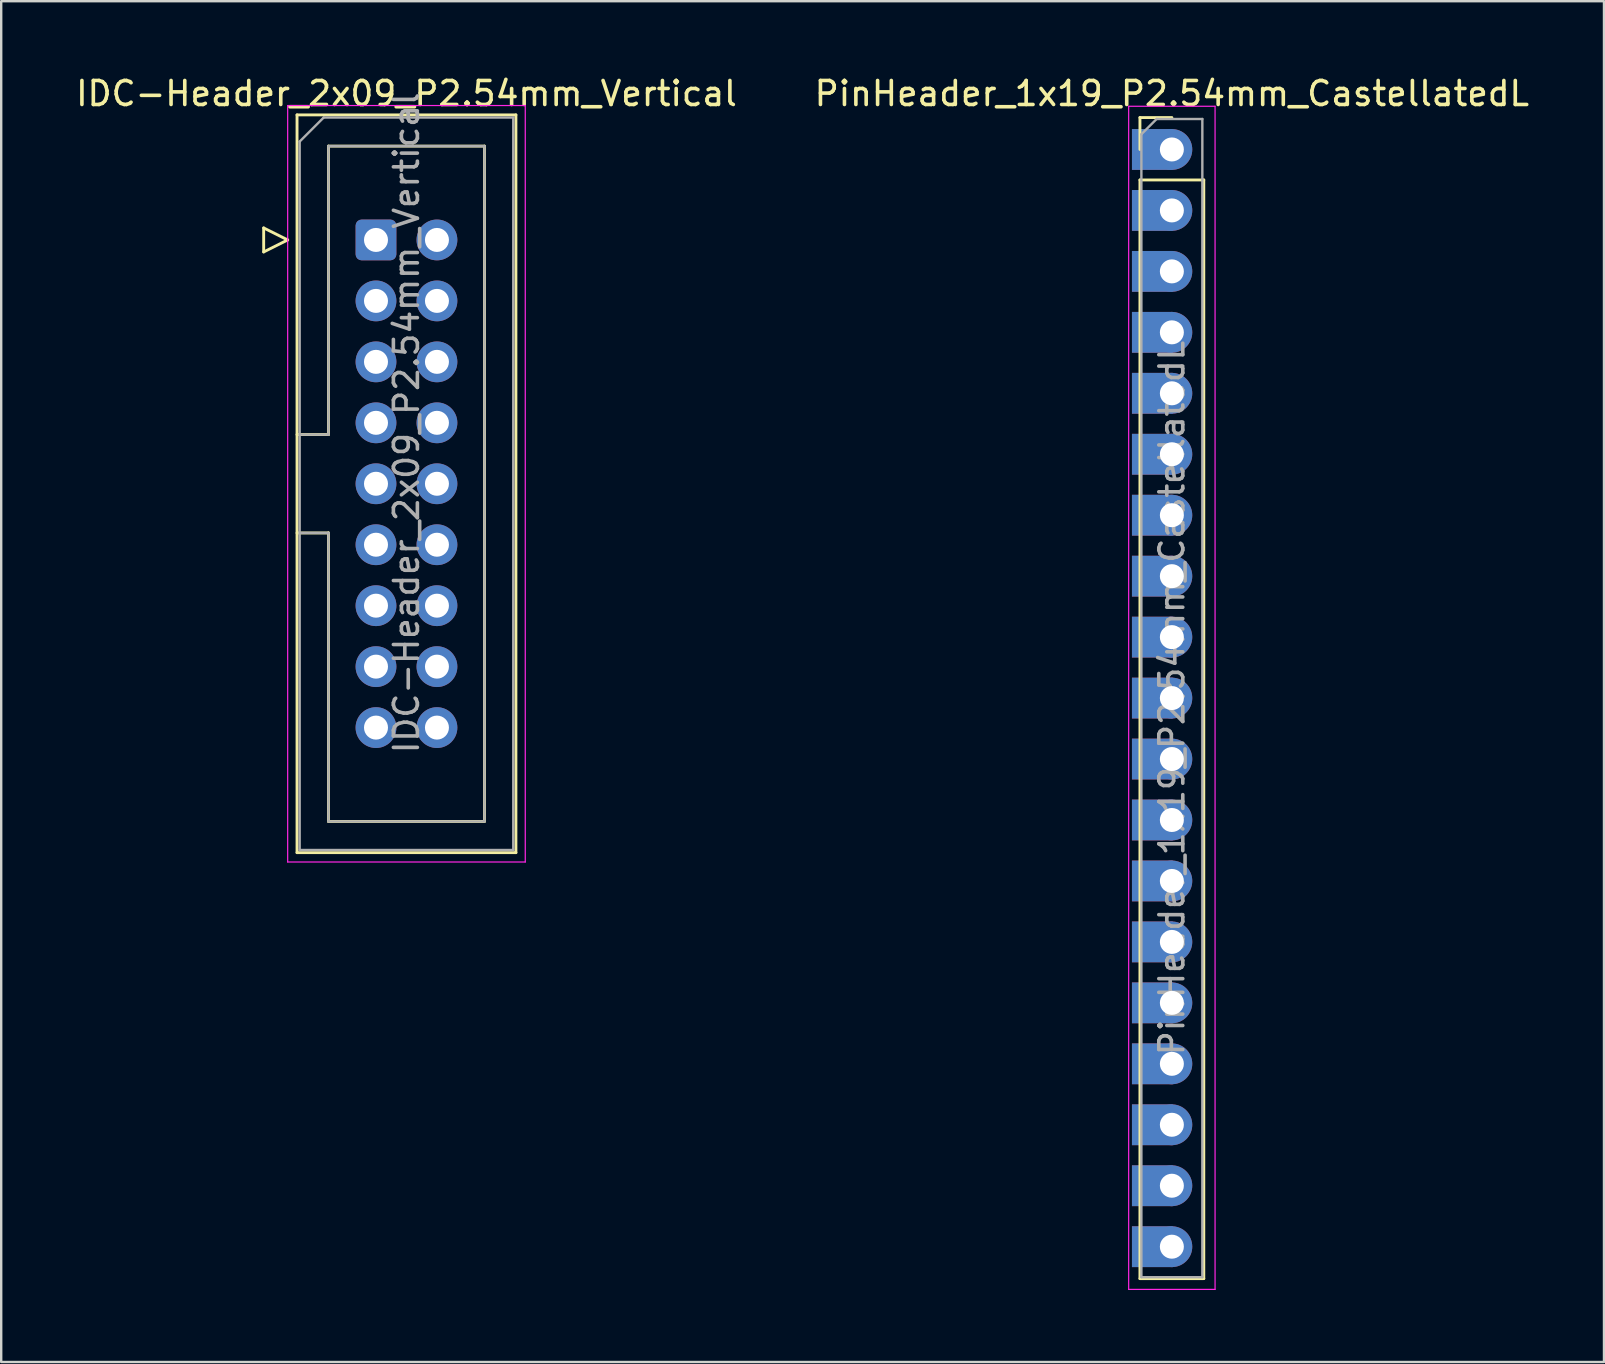
<source format=kicad_pcb>
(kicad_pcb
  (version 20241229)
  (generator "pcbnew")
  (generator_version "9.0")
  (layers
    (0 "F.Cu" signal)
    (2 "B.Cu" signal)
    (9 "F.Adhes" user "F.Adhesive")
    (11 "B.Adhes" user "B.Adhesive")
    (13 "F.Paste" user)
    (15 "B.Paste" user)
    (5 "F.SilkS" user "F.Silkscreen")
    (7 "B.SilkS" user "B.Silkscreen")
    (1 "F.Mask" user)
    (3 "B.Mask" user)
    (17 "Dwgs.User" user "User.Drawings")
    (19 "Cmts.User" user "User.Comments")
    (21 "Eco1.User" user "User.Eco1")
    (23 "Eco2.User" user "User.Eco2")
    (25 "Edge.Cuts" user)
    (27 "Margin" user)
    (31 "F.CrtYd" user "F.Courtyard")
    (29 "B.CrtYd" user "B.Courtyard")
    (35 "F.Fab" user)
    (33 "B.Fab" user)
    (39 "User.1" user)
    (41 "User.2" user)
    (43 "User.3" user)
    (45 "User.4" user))
  (footprint "IDC-Header_2x09_P2.54mm_Vertical"
    (layer "F.Cu")
    (at 12.617 6.948)
    (property "Reference" "IDC-Header_2x09_P2.54mm_Vertical" (at 1.27 -6.1 0) (layer "F.SilkS") (effects (font (size 1 1) (thickness 0.15))))
    (attr through_hole)
    (fp_line (start -4.68 -0.5) (end -4.68 0.5) (stroke (width 0.12) (type solid)) (layer "F.SilkS"))
    (fp_line (start -4.68 0.5) (end -3.68 0) (stroke (width 0.12) (type solid)) (layer "F.SilkS"))
    (fp_line (start -3.68 0) (end -4.68 -0.5) (stroke (width 0.12) (type solid)) (layer "F.SilkS"))
    (fp_line (start -3.29 -5.21) (end 5.83 -5.21) (stroke (width 0.12) (type solid)) (layer "F.SilkS"))
    (fp_line (start -3.29 8.11) (end -1.98 8.11) (stroke (width 0.12) (type solid)) (layer "F.SilkS"))
    (fp_line (start -3.29 25.53) (end -3.29 -5.21) (stroke (width 0.12) (type solid)) (layer "F.SilkS"))
    (fp_line (start -1.98 -3.91) (end 4.52 -3.91) (stroke (width 0.12) (type solid)) (layer "F.SilkS"))
    (fp_line (start -1.98 8.11) (end -1.98 -3.91) (stroke (width 0.12) (type solid)) (layer "F.SilkS"))
    (fp_line (start -1.98 12.21) (end -3.29 12.21) (stroke (width 0.12) (type solid)) (layer "F.SilkS"))
    (fp_line (start -1.98 12.21) (end -1.98 12.21) (stroke (width 0.12) (type solid)) (layer "F.SilkS"))
    (fp_line (start -1.98 24.23) (end -1.98 12.21) (stroke (width 0.12) (type solid)) (layer "F.SilkS"))
    (fp_line (start 4.52 -3.91) (end 4.52 24.23) (stroke (width 0.12) (type solid)) (layer "F.SilkS"))
    (fp_line (start 4.52 24.23) (end -1.98 24.23) (stroke (width 0.12) (type solid)) (layer "F.SilkS"))
    (fp_line (start 5.83 -5.21) (end 5.83 25.53) (stroke (width 0.12) (type solid)) (layer "F.SilkS"))
    (fp_line (start 5.83 25.53) (end -3.29 25.53) (stroke (width 0.12) (type solid)) (layer "F.SilkS"))
    (fp_line (start -3.68 -5.6) (end -3.68 25.92) (stroke (width 0.05) (type solid)) (layer "F.CrtYd"))
    (fp_line (start -3.68 25.92) (end 6.22 25.92) (stroke (width 0.05) (type solid)) (layer "F.CrtYd"))
    (fp_line (start 6.22 -5.6) (end -3.68 -5.6) (stroke (width 0.05) (type solid)) (layer "F.CrtYd"))
    (fp_line (start 6.22 25.92) (end 6.22 -5.6) (stroke (width 0.05) (type solid)) (layer "F.CrtYd"))
    (fp_line (start -3.18 -4.1) (end -2.18 -5.1) (stroke (width 0.1) (type solid)) (layer "F.Fab"))
    (fp_line (start -3.18 8.11) (end -1.98 8.11) (stroke (width 0.1) (type solid)) (layer "F.Fab"))
    (fp_line (start -3.18 25.42) (end -3.18 -4.1) (stroke (width 0.1) (type solid)) (layer "F.Fab"))
    (fp_line (start -2.18 -5.1) (end 5.72 -5.1) (stroke (width 0.1) (type solid)) (layer "F.Fab"))
    (fp_line (start -1.98 -3.91) (end 4.52 -3.91) (stroke (width 0.1) (type solid)) (layer "F.Fab"))
    (fp_line (start -1.98 8.11) (end -1.98 -3.91) (stroke (width 0.1) (type solid)) (layer "F.Fab"))
    (fp_line (start -1.98 12.21) (end -3.18 12.21) (stroke (width 0.1) (type solid)) (layer "F.Fab"))
    (fp_line (start -1.98 12.21) (end -1.98 12.21) (stroke (width 0.1) (type solid)) (layer "F.Fab"))
    (fp_line (start -1.98 24.23) (end -1.98 12.21) (stroke (width 0.1) (type solid)) (layer "F.Fab"))
    (fp_line (start 4.52 -3.91) (end 4.52 24.23) (stroke (width 0.1) (type solid)) (layer "F.Fab"))
    (fp_line (start 4.52 24.23) (end -1.98 24.23) (stroke (width 0.1) (type solid)) (layer "F.Fab"))
    (fp_line (start 5.72 -5.1) (end 5.72 25.42) (stroke (width 0.1) (type solid)) (layer "F.Fab"))
    (fp_line (start 5.72 25.42) (end -3.18 25.42) (stroke (width 0.1) (type solid)) (layer "F.Fab"))
    (fp_text user "${REFERENCE}" (at 1.27 7.62 90) (layer "F.Fab") (effects (font (size 1 1) (thickness 0.15))))
    (pad "1" thru_hole roundrect (at 0 0) (size 1.7 1.7) (drill 1) (layers "*.Cu" "*.Mask") (roundrect_rratio 0.147))
    (pad "2" thru_hole circle (at 2.54 0) (size 1.7 1.7) (drill 1) (layers "*.Cu" "*.Mask"))
    (pad "3" thru_hole circle (at 0 2.54) (size 1.7 1.7) (drill 1) (layers "*.Cu" "*.Mask"))
    (pad "4" thru_hole circle (at 2.54 2.54) (size 1.7 1.7) (drill 1) (layers "*.Cu" "*.Mask"))
    (pad "5" thru_hole circle (at 0 5.08) (size 1.7 1.7) (drill 1) (layers "*.Cu" "*.Mask"))
    (pad "6" thru_hole circle (at 2.54 5.08) (size 1.7 1.7) (drill 1) (layers "*.Cu" "*.Mask"))
    (pad "7" thru_hole circle (at 0 7.62) (size 1.7 1.7) (drill 1) (layers "*.Cu" "*.Mask"))
    (pad "8" thru_hole circle (at 2.54 7.62) (size 1.7 1.7) (drill 1) (layers "*.Cu" "*.Mask"))
    (pad "9" thru_hole circle (at 0 10.16) (size 1.7 1.7) (drill 1) (layers "*.Cu" "*.Mask"))
    (pad "10" thru_hole circle (at 2.54 10.16) (size 1.7 1.7) (drill 1) (layers "*.Cu" "*.Mask"))
    (pad "11" thru_hole circle (at 0 12.7) (size 1.7 1.7) (drill 1) (layers "*.Cu" "*.Mask"))
    (pad "12" thru_hole circle (at 2.54 12.7) (size 1.7 1.7) (drill 1) (layers "*.Cu" "*.Mask"))
    (pad "13" thru_hole circle (at 0 15.24) (size 1.7 1.7) (drill 1) (layers "*.Cu" "*.Mask"))
    (pad "14" thru_hole circle (at 2.54 15.24) (size 1.7 1.7) (drill 1) (layers "*.Cu" "*.Mask"))
    (pad "15" thru_hole circle (at 0 17.78) (size 1.7 1.7) (drill 1) (layers "*.Cu" "*.Mask"))
    (pad "16" thru_hole circle (at 2.54 17.78) (size 1.7 1.7) (drill 1) (layers "*.Cu" "*.Mask"))
    (pad "17" thru_hole circle (at 0 20.32) (size 1.7 1.7) (drill 1) (layers "*.Cu" "*.Mask"))
    (pad "18" thru_hole circle (at 2.54 20.32) (size 1.7 1.7) (drill 1) (layers "*.Cu" "*.Mask")))
  (footprint "PinHeader_1x19_P2.54mm_CastellatedL"
    (layer "F.Cu")
    (at 45.78 3.178)
    (property "Reference" "PinHeader_1x19_P2.54mm_CastellatedL" (at 0 -2.33 0) (layer "F.SilkS") (effects (font (size 1 1) (thickness 0.15))))
    (attr through_hole)
    (fp_line (start -1.33 -1.33) (end 0 -1.33) (stroke (width 0.12) (type solid)) (layer "F.SilkS"))
    (fp_line (start -1.33 0) (end -1.33 -1.33) (stroke (width 0.12) (type solid)) (layer "F.SilkS"))
    (fp_line (start -1.33 1.27) (end -1.33 47.05) (stroke (width 0.12) (type solid)) (layer "F.SilkS"))
    (fp_line (start -1.33 1.27) (end 1.33 1.27) (stroke (width 0.12) (type solid)) (layer "F.SilkS"))
    (fp_line (start -1.33 47.05) (end 1.33 47.05) (stroke (width 0.12) (type solid)) (layer "F.SilkS"))
    (fp_line (start 1.33 1.27) (end 1.33 47.05) (stroke (width 0.12) (type solid)) (layer "F.SilkS"))
    (fp_line (start -1.8 -1.8) (end -1.8 47.5) (stroke (width 0.05) (type solid)) (layer "F.CrtYd"))
    (fp_line (start -1.8 47.5) (end 1.8 47.5) (stroke (width 0.05) (type solid)) (layer "F.CrtYd"))
    (fp_line (start 1.8 -1.8) (end -1.8 -1.8) (stroke (width 0.05) (type solid)) (layer "F.CrtYd"))
    (fp_line (start 1.8 47.5) (end 1.8 -1.8) (stroke (width 0.05) (type solid)) (layer "F.CrtYd"))
    (fp_line (start -1.27 -0.635) (end -0.635 -1.27) (stroke (width 0.1) (type solid)) (layer "F.Fab"))
    (fp_line (start -1.27 46.99) (end -1.27 -0.635) (stroke (width 0.1) (type solid)) (layer "F.Fab"))
    (fp_line (start -0.635 -1.27) (end 1.27 -1.27) (stroke (width 0.1) (type solid)) (layer "F.Fab"))
    (fp_line (start 1.27 -1.27) (end 1.27 46.99) (stroke (width 0.1) (type solid)) (layer "F.Fab"))
    (fp_line (start 1.27 46.99) (end -1.27 46.99) (stroke (width 0.1) (type solid)) (layer "F.Fab"))
    (fp_text user "${REFERENCE}" (at 0 22.86 90) (layer "F.Fab") (effects (font (size 1 1) (thickness 0.15))))
    (pad "1" smd rect (at -0.813 0) (size 1.7 1.7) (layers "F.Cu" "F.Mask" "F.Paste"))
    (pad "1" smd rect (at -0.813 0) (size 1.7 1.7) (layers "B.Cu" "B.Mask" "B.Paste"))
    (pad "1" thru_hole circle (at 0 0) (size 1.7 1.7) (drill 1) (layers "*.Cu" "*.Mask"))
    (pad "2" smd rect (at -0.813 2.54) (size 1.7 1.7) (layers "F.Cu" "F.Mask" "F.Paste"))
    (pad "2" smd rect (at -0.813 2.54) (size 1.7 1.7) (layers "B.Cu" "B.Mask" "B.Paste"))
    (pad "2" thru_hole oval (at 0 2.54) (size 1.7 1.7) (drill 1) (layers "*.Cu" "*.Mask"))
    (pad "3" smd rect (at -0.813 5.08) (size 1.7 1.7) (layers "F.Cu" "F.Mask" "F.Paste"))
    (pad "3" smd rect (at -0.813 5.08) (size 1.7 1.7) (layers "B.Cu" "B.Mask" "B.Paste"))
    (pad "3" thru_hole oval (at 0 5.08) (size 1.7 1.7) (drill 1) (layers "*.Cu" "*.Mask"))
    (pad "4" smd rect (at -0.813 7.62) (size 1.7 1.7) (layers "F.Cu" "F.Mask" "F.Paste"))
    (pad "4" smd rect (at -0.813 7.62) (size 1.7 1.7) (layers "B.Cu" "B.Mask" "B.Paste"))
    (pad "4" thru_hole oval (at 0 7.62) (size 1.7 1.7) (drill 1) (layers "*.Cu" "*.Mask"))
    (pad "5" smd rect (at -0.813 10.16) (size 1.7 1.7) (layers "F.Cu" "F.Mask" "F.Paste"))
    (pad "5" smd rect (at -0.813 10.16) (size 1.7 1.7) (layers "B.Cu" "B.Mask" "B.Paste"))
    (pad "5" thru_hole oval (at 0 10.16) (size 1.7 1.7) (drill 1) (layers "*.Cu" "*.Mask"))
    (pad "6" smd rect (at -0.813 12.7) (size 1.7 1.7) (layers "F.Cu" "F.Mask" "F.Paste"))
    (pad "6" smd rect (at -0.813 12.7) (size 1.7 1.7) (layers "B.Cu" "B.Mask" "B.Paste"))
    (pad "6" thru_hole oval (at 0 12.7) (size 1.7 1.7) (drill 1) (layers "*.Cu" "*.Mask"))
    (pad "7" smd rect (at -0.813 15.24) (size 1.7 1.7) (layers "F.Cu" "F.Mask" "F.Paste"))
    (pad "7" smd rect (at -0.813 15.24) (size 1.7 1.7) (layers "B.Cu" "B.Mask" "B.Paste"))
    (pad "7" thru_hole oval (at 0 15.24) (size 1.7 1.7) (drill 1) (layers "*.Cu" "*.Mask"))
    (pad "8" smd rect (at -0.813 17.78) (size 1.7 1.7) (layers "F.Cu" "F.Mask" "F.Paste"))
    (pad "8" smd rect (at -0.813 17.78) (size 1.7 1.7) (layers "B.Cu" "B.Mask" "B.Paste"))
    (pad "8" thru_hole oval (at 0 17.78) (size 1.7 1.7) (drill 1) (layers "*.Cu" "*.Mask"))
    (pad "9" smd rect (at -0.813 20.32) (size 1.7 1.7) (layers "F.Cu" "F.Mask" "F.Paste"))
    (pad "9" smd rect (at -0.813 20.32) (size 1.7 1.7) (layers "B.Cu" "B.Mask" "B.Paste"))
    (pad "9" thru_hole oval (at 0 20.32) (size 1.7 1.7) (drill 1) (layers "*.Cu" "*.Mask"))
    (pad "10" smd rect (at -0.813 22.86) (size 1.7 1.7) (layers "F.Cu" "F.Mask" "F.Paste"))
    (pad "10" smd rect (at -0.813 22.86) (size 1.7 1.7) (layers "B.Cu" "B.Mask" "B.Paste"))
    (pad "10" thru_hole oval (at 0 22.86) (size 1.7 1.7) (drill 1) (layers "*.Cu" "*.Mask"))
    (pad "11" smd rect (at -0.813 25.4) (size 1.7 1.7) (layers "F.Cu" "F.Mask" "F.Paste"))
    (pad "11" smd rect (at -0.813 25.4) (size 1.7 1.7) (layers "B.Cu" "B.Mask" "B.Paste"))
    (pad "11" thru_hole oval (at 0 25.4) (size 1.7 1.7) (drill 1) (layers "*.Cu" "*.Mask"))
    (pad "12" smd rect (at -0.813 27.94) (size 1.7 1.7) (layers "F.Cu" "F.Mask" "F.Paste"))
    (pad "12" smd rect (at -0.813 27.94) (size 1.7 1.7) (layers "B.Cu" "B.Mask" "B.Paste"))
    (pad "12" thru_hole oval (at 0 27.94) (size 1.7 1.7) (drill 1) (layers "*.Cu" "*.Mask"))
    (pad "13" smd rect (at -0.813 30.48) (size 1.7 1.7) (layers "F.Cu" "F.Mask" "F.Paste"))
    (pad "13" smd rect (at -0.813 30.48) (size 1.7 1.7) (layers "B.Cu" "B.Mask" "B.Paste"))
    (pad "13" thru_hole oval (at 0 30.48) (size 1.7 1.7) (drill 1) (layers "*.Cu" "*.Mask"))
    (pad "14" smd rect (at -0.813 33.02) (size 1.7 1.7) (layers "F.Cu" "F.Mask" "F.Paste"))
    (pad "14" smd rect (at -0.813 33.02) (size 1.7 1.7) (layers "B.Cu" "B.Mask" "B.Paste"))
    (pad "14" thru_hole oval (at 0 33.02) (size 1.7 1.7) (drill 1) (layers "*.Cu" "*.Mask"))
    (pad "15" smd rect (at -0.813 35.56) (size 1.7 1.7) (layers "F.Cu" "F.Mask" "F.Paste"))
    (pad "15" smd rect (at -0.813 35.56) (size 1.7 1.7) (layers "B.Cu" "B.Mask" "B.Paste"))
    (pad "15" thru_hole oval (at 0 35.56) (size 1.7 1.7) (drill 1) (layers "*.Cu" "*.Mask"))
    (pad "16" smd rect (at -0.813 38.1) (size 1.7 1.7) (layers "F.Cu" "F.Mask" "F.Paste"))
    (pad "16" smd rect (at -0.813 38.1) (size 1.7 1.7) (layers "B.Cu" "B.Mask" "B.Paste"))
    (pad "16" thru_hole oval (at 0 38.1) (size 1.7 1.7) (drill 1) (layers "*.Cu" "*.Mask"))
    (pad "17" smd rect (at -0.813 40.64) (size 1.7 1.7) (layers "F.Cu" "F.Mask" "F.Paste"))
    (pad "17" smd rect (at -0.813 40.64) (size 1.7 1.7) (layers "B.Cu" "B.Mask" "B.Paste"))
    (pad "17" thru_hole oval (at 0 40.64) (size 1.7 1.7) (drill 1) (layers "*.Cu" "*.Mask"))
    (pad "18" smd rect (at -0.813 43.18) (size 1.7 1.7) (layers "F.Cu" "F.Mask" "F.Paste"))
    (pad "18" smd rect (at -0.813 43.18) (size 1.7 1.7) (layers "B.Cu" "B.Mask" "B.Paste"))
    (pad "18" thru_hole oval (at 0 43.18) (size 1.7 1.7) (drill 1) (layers "*.Cu" "*.Mask"))
    (pad "19" smd rect (at -0.813 45.72) (size 1.7 1.7) (layers "F.Cu" "F.Mask" "F.Paste"))
    (pad "19" smd rect (at -0.813 45.72) (size 1.7 1.7) (layers "B.Cu" "B.Mask" "B.Paste"))
    (pad "19" thru_hole oval (at 0 45.72) (size 1.7 1.7) (drill 1) (layers "*.Cu" "*.Mask")))
  (gr_rect
    (start -3 -3)
    (end 63.786 53.703)
    (stroke (width 0.1) (type default))
    (fill no)
    (layer "Edge.Cuts")))
</source>
